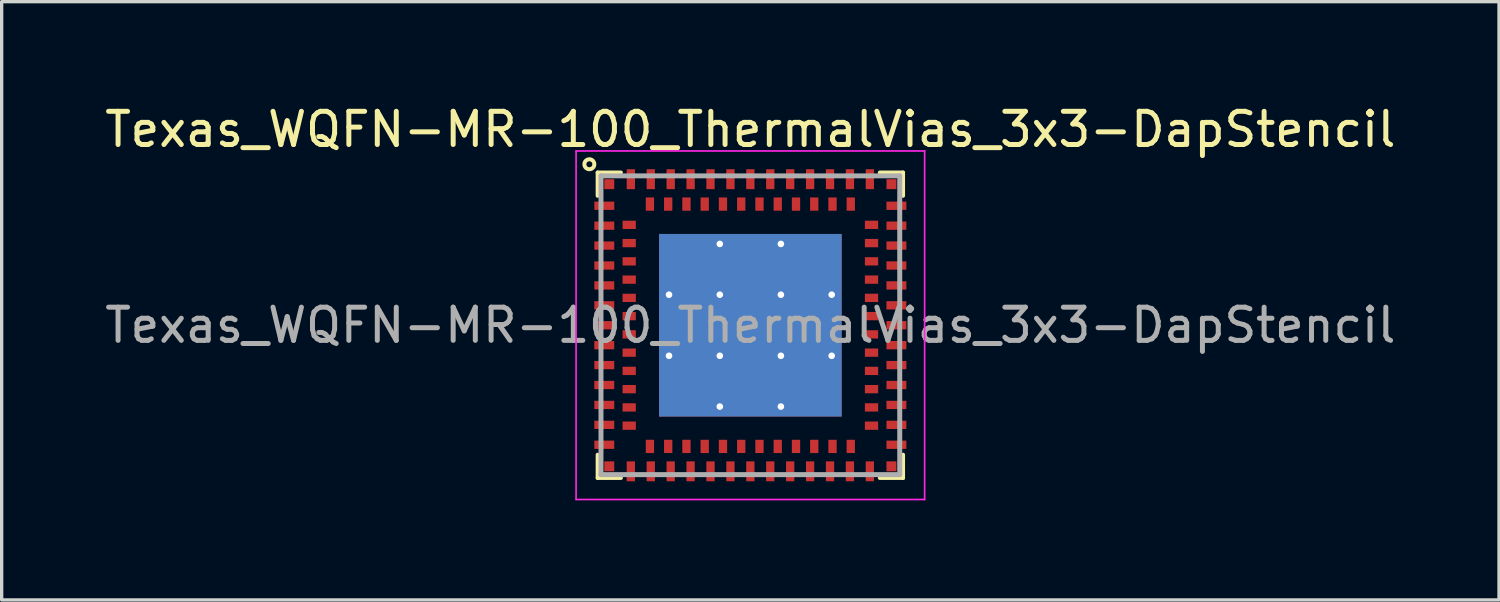
<source format=kicad_pcb>
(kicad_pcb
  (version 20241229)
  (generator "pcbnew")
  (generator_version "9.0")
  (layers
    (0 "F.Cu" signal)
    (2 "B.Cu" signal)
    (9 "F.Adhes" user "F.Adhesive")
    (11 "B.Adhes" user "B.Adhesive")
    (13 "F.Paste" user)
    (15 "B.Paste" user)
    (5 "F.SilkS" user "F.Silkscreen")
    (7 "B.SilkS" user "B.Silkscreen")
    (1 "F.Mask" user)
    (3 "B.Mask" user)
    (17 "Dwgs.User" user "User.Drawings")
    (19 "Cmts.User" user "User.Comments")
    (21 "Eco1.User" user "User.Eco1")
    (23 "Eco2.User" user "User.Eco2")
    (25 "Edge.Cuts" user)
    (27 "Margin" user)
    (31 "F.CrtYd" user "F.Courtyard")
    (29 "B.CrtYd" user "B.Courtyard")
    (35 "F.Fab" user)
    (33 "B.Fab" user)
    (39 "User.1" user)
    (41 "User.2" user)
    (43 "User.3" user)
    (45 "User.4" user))
  (footprint "Texas_WQFN-MR-100_ThermalVias_3x3-DapStencil"
    (layer "F.Cu")
    (at 19.554 6.748)
    (property "Reference" "Texas_WQFN-MR-100_ThermalVias_3x3-DapStencil" (at 0 -5.9 0) (layer "F.SilkS") (effects (font (size 1 1) (thickness 0.15))))
    (attr smd)
    (fp_line (start -4.6 -4.6) (end -3.9 -4.6) (stroke (width 0.12) (type solid)) (layer "F.SilkS"))
    (fp_line (start -4.6 -3.9) (end -4.6 -4.6) (stroke (width 0.12) (type solid)) (layer "F.SilkS"))
    (fp_line (start -4.6 3.9) (end -4.6 4.6) (stroke (width 0.12) (type solid)) (layer "F.SilkS"))
    (fp_line (start -4.6 4.6) (end -3.9 4.6) (stroke (width 0.12) (type solid)) (layer "F.SilkS"))
    (fp_line (start 4.6 -4.6) (end 3.9 -4.6) (stroke (width 0.12) (type solid)) (layer "F.SilkS"))
    (fp_line (start 4.6 -3.9) (end 4.6 -4.6) (stroke (width 0.12) (type solid)) (layer "F.SilkS"))
    (fp_line (start 4.6 3.9) (end 4.6 4.6) (stroke (width 0.12) (type solid)) (layer "F.SilkS"))
    (fp_line (start 4.6 4.6) (end 3.9 4.6) (stroke (width 0.12) (type solid)) (layer "F.SilkS"))
    (fp_circle (center -4.85 -4.85) (end -5 -4.85) (stroke (width 0.12) (type solid)) (fill no) (layer "F.SilkS"))
    (fp_line (start -5.25 -5.25) (end 5.25 -5.25) (stroke (width 0.05) (type solid)) (layer "F.CrtYd"))
    (fp_line (start -5.25 5.25) (end -5.25 -5.25) (stroke (width 0.05) (type solid)) (layer "F.CrtYd"))
    (fp_line (start 5.25 -5.25) (end 5.25 5.25) (stroke (width 0.05) (type solid)) (layer "F.CrtYd"))
    (fp_line (start 5.25 5.25) (end -5.25 5.25) (stroke (width 0.05) (type solid)) (layer "F.CrtYd"))
    (fp_line (start -4.5 -4.5) (end -4.5 4.5) (stroke (width 0.15) (type solid)) (layer "F.Fab"))
    (fp_line (start -4.5 -4.5) (end 4.5 -4.5) (stroke (width 0.15) (type solid)) (layer "F.Fab"))
    (fp_line (start -4.5 4.5) (end 4.5 4.5) (stroke (width 0.15) (type solid)) (layer "F.Fab"))
    (fp_line (start 4.5 -4.5) (end 4.5 4.5) (stroke (width 0.15) (type solid)) (layer "F.Fab"))
    (fp_text user "${REFERENCE}" (at 0 0 0) (layer "F.Fab") (effects (font (size 1 1) (thickness 0.15))))
    (pad "A1" smd rect (at -4.4 -3.6 90) (size 0.25 0.6) (layers "F.Cu" "F.Mask" "F.Paste"))
    (pad "A2" smd rect (at -4.4 -3 90) (size 0.25 0.6) (layers "F.Cu" "F.Mask" "F.Paste"))
    (pad "A3" smd rect (at -4.4 -2.4 90) (size 0.25 0.6) (layers "F.Cu" "F.Mask" "F.Paste"))
    (pad "A4" smd rect (at -4.4 -1.8 90) (size 0.25 0.6) (layers "F.Cu" "F.Mask" "F.Paste"))
    (pad "A5" smd rect (at -4.4 -1.2 90) (size 0.25 0.6) (layers "F.Cu" "F.Mask" "F.Paste"))
    (pad "A6" smd rect (at -4.4 -0.6 90) (size 0.25 0.6) (layers "F.Cu" "F.Mask" "F.Paste"))
    (pad "A7" smd rect (at -4.4 0 90) (size 0.25 0.6) (layers "F.Cu" "F.Mask" "F.Paste"))
    (pad "A8" smd rect (at -4.4 0.6 90) (size 0.25 0.6) (layers "F.Cu" "F.Mask" "F.Paste"))
    (pad "A9" smd rect (at -4.4 1.2 90) (size 0.25 0.6) (layers "F.Cu" "F.Mask" "F.Paste"))
    (pad "A10" smd rect (at -4.4 1.8 90) (size 0.25 0.6) (layers "F.Cu" "F.Mask" "F.Paste"))
    (pad "A11" smd rect (at -4.4 2.4 90) (size 0.25 0.6) (layers "F.Cu" "F.Mask" "F.Paste"))
    (pad "A12" smd rect (at -4.4 3 90) (size 0.25 0.6) (layers "F.Cu" "F.Mask" "F.Paste"))
    (pad "A13" smd rect (at -4.4 3.6 90) (size 0.25 0.6) (layers "F.Cu" "F.Mask" "F.Paste"))
    (pad "A14" smd rect (at -3.6 4.4) (size 0.25 0.6) (layers "F.Cu" "F.Mask" "F.Paste"))
    (pad "A15" smd rect (at -3 4.4) (size 0.25 0.6) (layers "F.Cu" "F.Mask" "F.Paste"))
    (pad "A16" smd rect (at -2.4 4.4) (size 0.25 0.6) (layers "F.Cu" "F.Mask" "F.Paste"))
    (pad "A17" smd rect (at -1.8 4.4) (size 0.25 0.6) (layers "F.Cu" "F.Mask" "F.Paste"))
    (pad "A18" smd rect (at -1.2 4.4) (size 0.25 0.6) (layers "F.Cu" "F.Mask" "F.Paste"))
    (pad "A19" smd rect (at -0.6 4.4) (size 0.25 0.6) (layers "F.Cu" "F.Mask" "F.Paste"))
    (pad "A20" smd rect (at 0 4.4) (size 0.25 0.6) (layers "F.Cu" "F.Mask" "F.Paste"))
    (pad "A21" smd rect (at 0.6 4.4) (size 0.25 0.6) (layers "F.Cu" "F.Mask" "F.Paste"))
    (pad "A22" smd rect (at 1.2 4.4) (size 0.25 0.6) (layers "F.Cu" "F.Mask" "F.Paste"))
    (pad "A23" smd rect (at 1.8 4.4) (size 0.25 0.6) (layers "F.Cu" "F.Mask" "F.Paste"))
    (pad "A24" smd rect (at 2.4 4.4) (size 0.25 0.6) (layers "F.Cu" "F.Mask" "F.Paste"))
    (pad "A25" smd rect (at 3 4.4) (size 0.25 0.6) (layers "F.Cu" "F.Mask" "F.Paste"))
    (pad "A26" smd rect (at 3.6 4.4) (size 0.25 0.6) (layers "F.Cu" "F.Mask" "F.Paste"))
    (pad "A27" smd rect (at 4.4 3.6 90) (size 0.25 0.6) (layers "F.Cu" "F.Mask" "F.Paste"))
    (pad "A28" smd rect (at 4.4 3 90) (size 0.25 0.6) (layers "F.Cu" "F.Mask" "F.Paste"))
    (pad "A29" smd rect (at 4.4 2.4 90) (size 0.25 0.6) (layers "F.Cu" "F.Mask" "F.Paste"))
    (pad "A30" smd rect (at 4.4 1.8 90) (size 0.25 0.6) (layers "F.Cu" "F.Mask" "F.Paste"))
    (pad "A31" smd rect (at 4.4 1.2 90) (size 0.25 0.6) (layers "F.Cu" "F.Mask" "F.Paste"))
    (pad "A32" smd rect (at 4.4 0.6 90) (size 0.25 0.6) (layers "F.Cu" "F.Mask" "F.Paste"))
    (pad "A33" smd rect (at 4.4 0 90) (size 0.25 0.6) (layers "F.Cu" "F.Mask" "F.Paste"))
    (pad "A34" smd rect (at 4.4 -0.6 90) (size 0.25 0.6) (layers "F.Cu" "F.Mask" "F.Paste"))
    (pad "A35" smd rect (at 4.4 -1.2 90) (size 0.25 0.6) (layers "F.Cu" "F.Mask" "F.Paste"))
    (pad "A36" smd rect (at 4.4 -1.8 90) (size 0.25 0.6) (layers "F.Cu" "F.Mask" "F.Paste"))
    (pad "A37" smd rect (at 4.4 -2.4 90) (size 0.25 0.6) (layers "F.Cu" "F.Mask" "F.Paste"))
    (pad "A38" smd rect (at 4.4 -3 90) (size 0.25 0.6) (layers "F.Cu" "F.Mask" "F.Paste"))
    (pad "A39" smd rect (at 4.4 -3.6 90) (size 0.25 0.6) (layers "F.Cu" "F.Mask" "F.Paste"))
    (pad "A40" smd rect (at 3.6 -4.4) (size 0.25 0.6) (layers "F.Cu" "F.Mask" "F.Paste"))
    (pad "A41" smd rect (at 3 -4.4) (size 0.25 0.6) (layers "F.Cu" "F.Mask" "F.Paste"))
    (pad "A42" smd rect (at 2.4 -4.4) (size 0.25 0.6) (layers "F.Cu" "F.Mask" "F.Paste"))
    (pad "A43" smd rect (at 1.8 -4.4) (size 0.25 0.6) (layers "F.Cu" "F.Mask" "F.Paste"))
    (pad "A44" smd rect (at 1.2 -4.4) (size 0.25 0.6) (layers "F.Cu" "F.Mask" "F.Paste"))
    (pad "A45" smd rect (at 0.6 -4.4) (size 0.25 0.6) (layers "F.Cu" "F.Mask" "F.Paste"))
    (pad "A46" smd rect (at 0 -4.4) (size 0.25 0.6) (layers "F.Cu" "F.Mask" "F.Paste"))
    (pad "A47" smd rect (at -0.6 -4.4) (size 0.25 0.6) (layers "F.Cu" "F.Mask" "F.Paste"))
    (pad "A48" smd rect (at -1.2 -4.4) (size 0.25 0.6) (layers "F.Cu" "F.Mask" "F.Paste"))
    (pad "A49" smd rect (at -1.8 -4.4) (size 0.25 0.6) (layers "F.Cu" "F.Mask" "F.Paste"))
    (pad "A50" smd rect (at -2.4 -4.4) (size 0.25 0.6) (layers "F.Cu" "F.Mask" "F.Paste"))
    (pad "A51" smd rect (at -3 -4.4) (size 0.25 0.6) (layers "F.Cu" "F.Mask" "F.Paste"))
    (pad "A52" smd rect (at -3.6 -4.4) (size 0.25 0.6) (layers "F.Cu" "F.Mask" "F.Paste"))
    (pad "A53" thru_hole circle (at -2.45 -0.92) (size 0.5 0.5) (drill 0.2) (layers "*.Cu"))
    (pad "A53" thru_hole circle (at -2.45 0.92) (size 0.5 0.5) (drill 0.2) (layers "*.Cu"))
    (pad "A53" smd rect (at -1.835 -1.835) (size 1.83 1.83) (layers "F.Cu" "F.Mask" "F.Paste"))
    (pad "A53" smd rect (at -1.835 0) (size 1.83 1.84) (layers "F.Cu" "F.Mask" "F.Paste"))
    (pad "A53" smd rect (at -1.835 1.835) (size 1.83 1.83) (layers "F.Cu" "F.Mask" "F.Paste"))
    (pad "A53" thru_hole circle (at -0.92 -2.45) (size 0.5 0.5) (drill 0.2) (layers "*.Cu"))
    (pad "A53" thru_hole circle (at -0.92 -0.92) (size 0.5 0.5) (drill 0.2) (layers "*.Cu"))
    (pad "A53" thru_hole circle (at -0.92 0.92) (size 0.5 0.5) (drill 0.2) (layers "*.Cu"))
    (pad "A53" thru_hole circle (at -0.92 2.45) (size 0.5 0.5) (drill 0.2) (layers "*.Cu"))
    (pad "A53" smd rect (at 0 -1.835) (size 1.84 1.83) (layers "F.Cu" "F.Mask" "F.Paste"))
    (pad "A53" smd rect (at 0 0) (size 1.84 1.84) (layers "F.Cu" "F.Mask" "F.Paste"))
    (pad "A53" smd rect (at 0 0) (size 5.5 5.5) (layers "B.Cu"))
    (pad "A53" smd rect (at 0 1.835) (size 1.84 1.83) (layers "F.Cu" "F.Mask" "F.Paste"))
    (pad "A53" thru_hole circle (at 0.92 -2.45) (size 0.5 0.5) (drill 0.2) (layers "*.Cu"))
    (pad "A53" thru_hole circle (at 0.92 -0.92) (size 0.5 0.5) (drill 0.2) (layers "*.Cu"))
    (pad "A53" thru_hole circle (at 0.92 0.92) (size 0.5 0.5) (drill 0.2) (layers "*.Cu"))
    (pad "A53" thru_hole circle (at 0.92 2.45) (size 0.5 0.5) (drill 0.2) (layers "*.Cu"))
    (pad "A53" smd rect (at 1.835 -1.835) (size 1.83 1.83) (layers "F.Cu" "F.Mask" "F.Paste"))
    (pad "A53" smd rect (at 1.835 0) (size 1.83 1.84) (layers "F.Cu" "F.Mask" "F.Paste"))
    (pad "A53" smd rect (at 1.835 1.835) (size 1.83 1.83) (layers "F.Cu" "F.Mask" "F.Paste"))
    (pad "A53" thru_hole circle (at 2.45 -0.92) (size 0.5 0.5) (drill 0.2) (layers "*.Cu"))
    (pad "A53" thru_hole circle (at 2.45 0.92) (size 0.5 0.5) (drill 0.2) (layers "*.Cu"))
    (pad "B1" smd rect (at -3.65 -3.025 90) (size 0.25 0.4) (layers "F.Cu" "F.Mask" "F.Paste"))
    (pad "B2" smd rect (at -3.65 -2.475 90) (size 0.25 0.4) (layers "F.Cu" "F.Mask" "F.Paste"))
    (pad "B3" smd rect (at -3.65 -1.925 90) (size 0.25 0.4) (layers "F.Cu" "F.Mask" "F.Paste"))
    (pad "B4" smd rect (at -3.65 -1.375 90) (size 0.25 0.4) (layers "F.Cu" "F.Mask" "F.Paste"))
    (pad "B5" smd rect (at -3.65 -0.825 90) (size 0.25 0.4) (layers "F.Cu" "F.Mask" "F.Paste"))
    (pad "B6" smd rect (at -3.65 -0.275 90) (size 0.25 0.4) (layers "F.Cu" "F.Mask" "F.Paste"))
    (pad "B7" smd rect (at -3.65 0.275 90) (size 0.25 0.4) (layers "F.Cu" "F.Mask" "F.Paste"))
    (pad "B8" smd rect (at -3.65 0.825 90) (size 0.25 0.4) (layers "F.Cu" "F.Mask" "F.Paste"))
    (pad "B9" smd rect (at -3.65 1.375 90) (size 0.25 0.4) (layers "F.Cu" "F.Mask" "F.Paste"))
    (pad "B10" smd rect (at -3.65 1.925 90) (size 0.25 0.4) (layers "F.Cu" "F.Mask" "F.Paste"))
    (pad "B11" smd rect (at -3.65 2.475 90) (size 0.25 0.4) (layers "F.Cu" "F.Mask" "F.Paste"))
    (pad "B12" smd rect (at -3.65 3.025 90) (size 0.25 0.4) (layers "F.Cu" "F.Mask" "F.Paste"))
    (pad "B13" smd rect (at -3.025 3.65) (size 0.25 0.4) (layers "F.Cu" "F.Mask" "F.Paste"))
    (pad "B14" smd rect (at -2.475 3.65) (size 0.25 0.4) (layers "F.Cu" "F.Mask" "F.Paste"))
    (pad "B15" smd rect (at -1.925 3.65) (size 0.25 0.4) (layers "F.Cu" "F.Mask" "F.Paste"))
    (pad "B16" smd rect (at -1.375 3.65) (size 0.25 0.4) (layers "F.Cu" "F.Mask" "F.Paste"))
    (pad "B17" smd rect (at -0.825 3.65) (size 0.25 0.4) (layers "F.Cu" "F.Mask" "F.Paste"))
    (pad "B18" smd rect (at -0.275 3.65) (size 0.25 0.4) (layers "F.Cu" "F.Mask" "F.Paste"))
    (pad "B19" smd rect (at 0.275 3.65) (size 0.25 0.4) (layers "F.Cu" "F.Mask" "F.Paste"))
    (pad "B20" smd rect (at 0.825 3.65) (size 0.25 0.4) (layers "F.Cu" "F.Mask" "F.Paste"))
    (pad "B21" smd rect (at 1.375 3.65) (size 0.25 0.4) (layers "F.Cu" "F.Mask" "F.Paste"))
    (pad "B22" smd rect (at 1.925 3.65) (size 0.25 0.4) (layers "F.Cu" "F.Mask" "F.Paste"))
    (pad "B23" smd rect (at 2.475 3.65) (size 0.25 0.4) (layers "F.Cu" "F.Mask" "F.Paste"))
    (pad "B24" smd rect (at 3.025 3.65) (size 0.25 0.4) (layers "F.Cu" "F.Mask" "F.Paste"))
    (pad "B25" smd rect (at 3.65 3.025 90) (size 0.25 0.4) (layers "F.Cu" "F.Mask" "F.Paste"))
    (pad "B26" smd rect (at 3.65 2.475 90) (size 0.25 0.4) (layers "F.Cu" "F.Mask" "F.Paste"))
    (pad "B27" smd rect (at 3.65 1.925 90) (size 0.25 0.4) (layers "F.Cu" "F.Mask" "F.Paste"))
    (pad "B28" smd rect (at 3.65 1.375 90) (size 0.25 0.4) (layers "F.Cu" "F.Mask" "F.Paste"))
    (pad "B29" smd rect (at 3.65 0.825 90) (size 0.25 0.4) (layers "F.Cu" "F.Mask" "F.Paste"))
    (pad "B30" smd rect (at 3.65 0.275 90) (size 0.25 0.4) (layers "F.Cu" "F.Mask" "F.Paste"))
    (pad "B31" smd rect (at 3.65 -0.275 90) (size 0.25 0.4) (layers "F.Cu" "F.Mask" "F.Paste"))
    (pad "B32" smd rect (at 3.65 -0.825 90) (size 0.25 0.4) (layers "F.Cu" "F.Mask" "F.Paste"))
    (pad "B33" smd rect (at 3.65 -1.375 90) (size 0.25 0.4) (layers "F.Cu" "F.Mask" "F.Paste"))
    (pad "B34" smd rect (at 3.65 -1.925 90) (size 0.25 0.4) (layers "F.Cu" "F.Mask" "F.Paste"))
    (pad "B35" smd rect (at 3.65 -2.475 90) (size 0.25 0.4) (layers "F.Cu" "F.Mask" "F.Paste"))
    (pad "B36" smd rect (at 3.65 -3.025 90) (size 0.25 0.4) (layers "F.Cu" "F.Mask" "F.Paste"))
    (pad "B37" smd rect (at 3.025 -3.65) (size 0.25 0.4) (layers "F.Cu" "F.Mask" "F.Paste"))
    (pad "B38" smd rect (at 2.475 -3.65) (size 0.25 0.4) (layers "F.Cu" "F.Mask" "F.Paste"))
    (pad "B39" smd rect (at 1.925 -3.65) (size 0.25 0.4) (layers "F.Cu" "F.Mask" "F.Paste"))
    (pad "B40" smd rect (at 1.375 -3.65) (size 0.25 0.4) (layers "F.Cu" "F.Mask" "F.Paste"))
    (pad "B41" smd rect (at 0.825 -3.65) (size 0.25 0.4) (layers "F.Cu" "F.Mask" "F.Paste"))
    (pad "B42" smd rect (at 0.275 -3.65) (size 0.25 0.4) (layers "F.Cu" "F.Mask" "F.Paste"))
    (pad "B43" smd rect (at -0.275 -3.65) (size 0.25 0.4) (layers "F.Cu" "F.Mask" "F.Paste"))
    (pad "B44" smd rect (at -0.825 -3.65) (size 0.25 0.4) (layers "F.Cu" "F.Mask" "F.Paste"))
    (pad "B45" smd rect (at -1.375 -3.65) (size 0.25 0.4) (layers "F.Cu" "F.Mask" "F.Paste"))
    (pad "B46" smd rect (at -1.925 -3.65) (size 0.25 0.4) (layers "F.Cu" "F.Mask" "F.Paste"))
    (pad "B47" smd rect (at -2.475 -3.65) (size 0.25 0.4) (layers "F.Cu" "F.Mask" "F.Paste"))
    (pad "B48" smd rect (at -3.025 -3.65) (size 0.25 0.4) (layers "F.Cu" "F.Mask" "F.Paste"))
    (pad "C1" smd rect (at -4.25 -4.25) (size 0.3 0.3) (layers "F.Cu" "F.Mask" "F.Paste"))
    (pad "C2" smd rect (at -4.25 4.25) (size 0.3 0.3) (layers "F.Cu" "F.Mask" "F.Paste"))
    (pad "C3" smd rect (at 4.25 4.25) (size 0.3 0.3) (layers "F.Cu" "F.Mask" "F.Paste"))
    (pad "C4" smd rect (at 4.25 -4.25) (size 0.3 0.3) (layers "F.Cu" "F.Mask" "F.Paste")))
  (gr_rect
    (start -3 -3)
    (end 42.107 15.023)
    (stroke (width 0.1) (type default))
    (fill no)
    (layer "Edge.Cuts")))
</source>
